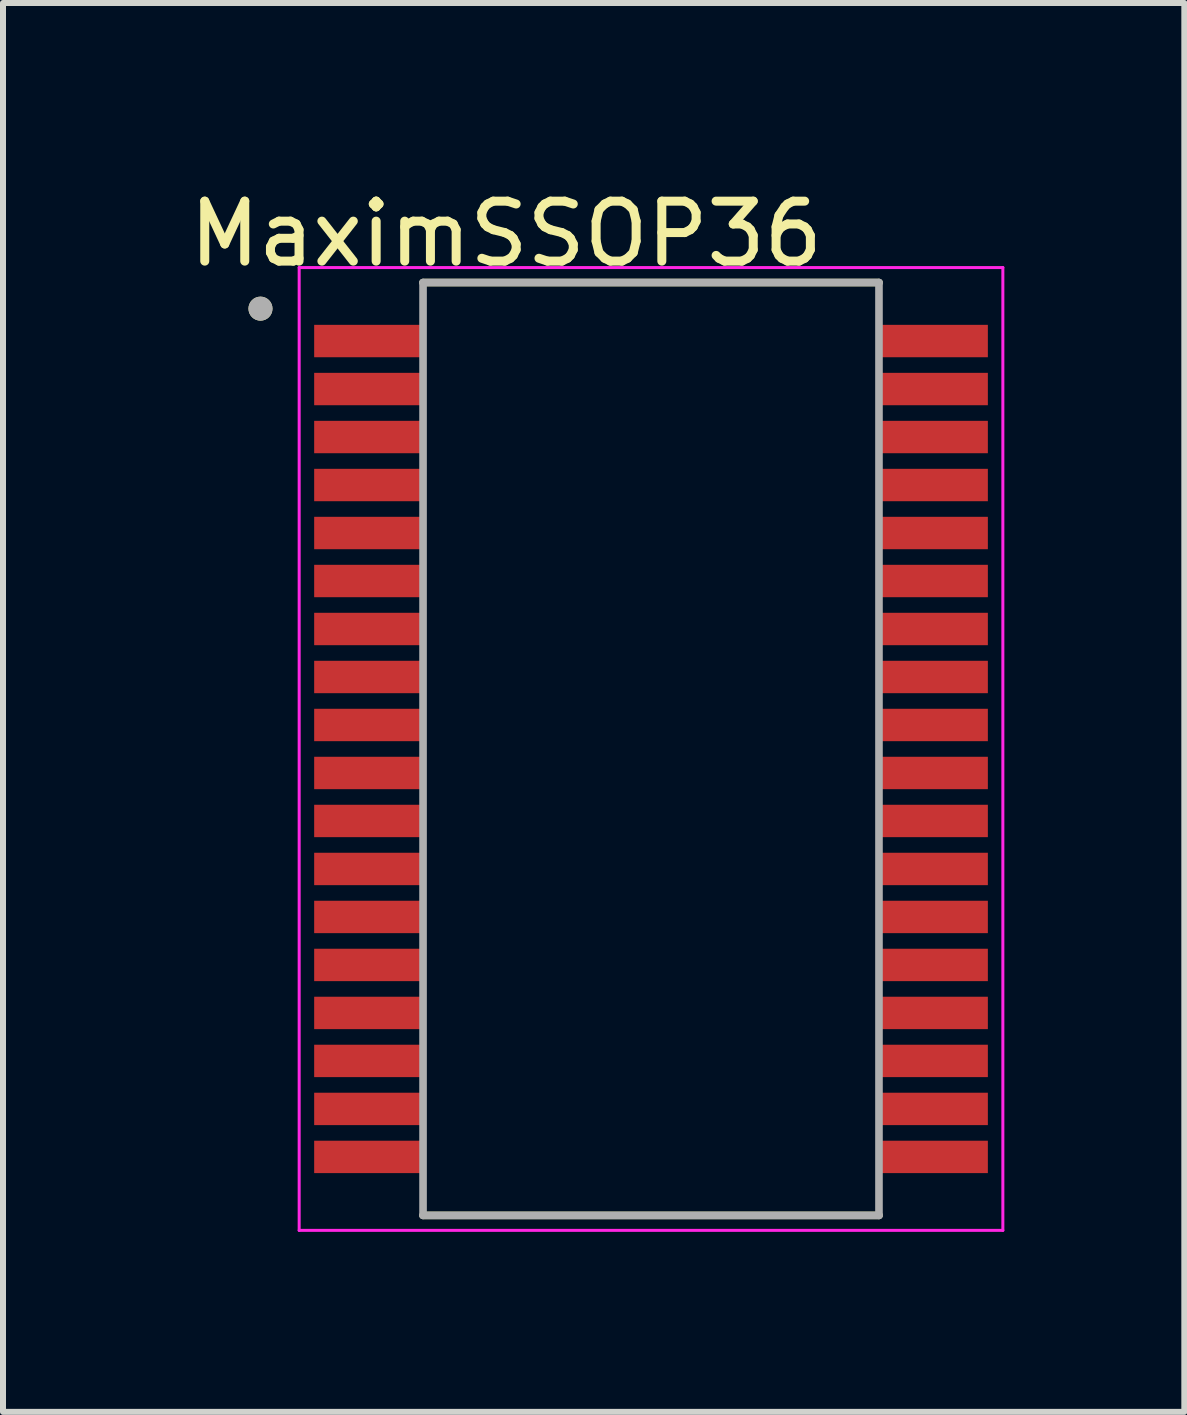
<source format=kicad_pcb>
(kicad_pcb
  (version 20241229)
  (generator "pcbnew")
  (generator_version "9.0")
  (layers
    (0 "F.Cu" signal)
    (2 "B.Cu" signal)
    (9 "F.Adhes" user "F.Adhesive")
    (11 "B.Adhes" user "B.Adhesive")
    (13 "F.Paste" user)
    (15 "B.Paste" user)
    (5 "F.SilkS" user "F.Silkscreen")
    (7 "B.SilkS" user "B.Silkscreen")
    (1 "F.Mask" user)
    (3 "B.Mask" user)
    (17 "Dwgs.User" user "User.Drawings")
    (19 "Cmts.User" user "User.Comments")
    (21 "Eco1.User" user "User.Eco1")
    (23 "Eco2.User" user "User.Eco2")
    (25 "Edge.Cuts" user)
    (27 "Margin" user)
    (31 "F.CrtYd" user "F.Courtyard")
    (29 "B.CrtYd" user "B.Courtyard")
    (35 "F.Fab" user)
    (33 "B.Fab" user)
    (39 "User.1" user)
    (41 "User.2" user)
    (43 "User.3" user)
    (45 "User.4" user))
  (footprint "MaximSSOP36"
    (layer "F.Cu")
    (at 7.802 9.435)
    (property "Reference" "MaximSSOP36" (at -2.415 -8.587 0) (layer "F.SilkS") (effects (font (size 1 1) (thickness 0.15))))
    (attr through_hole)
    (fp_line (start -3.8 -7.775) (end 3.8 -7.775) (stroke (width 0.127) (type solid)) (layer "F.SilkS"))
    (fp_line (start -3.8 7.775) (end 3.8 7.775) (stroke (width 0.127) (type solid)) (layer "F.SilkS"))
    (fp_circle (center -6.51 -7.34) (end -6.41 -7.34) (stroke (width 0.2) (type solid)) (fill no) (layer "F.SilkS"))
    (fp_line (start -5.865 -8.025) (end -5.865 8.025) (stroke (width 0.05) (type solid)) (layer "F.CrtYd"))
    (fp_line (start -5.865 -8.025) (end 5.865 -8.025) (stroke (width 0.05) (type solid)) (layer "F.CrtYd"))
    (fp_line (start -5.865 8.025) (end 5.865 8.025) (stroke (width 0.05) (type solid)) (layer "F.CrtYd"))
    (fp_line (start 5.865 -8.025) (end 5.865 8.025) (stroke (width 0.05) (type solid)) (layer "F.CrtYd"))
    (fp_line (start -3.8 -7.775) (end -3.8 7.775) (stroke (width 0.127) (type solid)) (layer "F.Fab"))
    (fp_line (start -3.8 -7.775) (end 3.8 -7.775) (stroke (width 0.127) (type solid)) (layer "F.Fab"))
    (fp_line (start -3.8 7.775) (end 3.8 7.775) (stroke (width 0.127) (type solid)) (layer "F.Fab"))
    (fp_line (start 3.8 -7.775) (end 3.8 7.775) (stroke (width 0.127) (type solid)) (layer "F.Fab"))
    (fp_circle (center -6.51 -7.34) (end -6.41 -7.34) (stroke (width 0.2) (type solid)) (fill no) (layer "F.Fab"))
    (pad "1" smd rect (at -4.72 -6.8) (size 1.79 0.54) (layers "F.Cu" "F.Mask" "F.Paste"))
    (pad "2" smd rect (at -4.72 -6) (size 1.79 0.54) (layers "F.Cu" "F.Mask" "F.Paste"))
    (pad "3" smd rect (at -4.72 -5.2) (size 1.79 0.54) (layers "F.Cu" "F.Mask" "F.Paste"))
    (pad "4" smd rect (at -4.72 -4.4) (size 1.79 0.54) (layers "F.Cu" "F.Mask" "F.Paste"))
    (pad "5" smd rect (at -4.72 -3.6) (size 1.79 0.54) (layers "F.Cu" "F.Mask" "F.Paste"))
    (pad "6" smd rect (at -4.72 -2.8) (size 1.79 0.54) (layers "F.Cu" "F.Mask" "F.Paste"))
    (pad "7" smd rect (at -4.72 -2) (size 1.79 0.54) (layers "F.Cu" "F.Mask" "F.Paste"))
    (pad "8" smd rect (at -4.72 -1.2) (size 1.79 0.54) (layers "F.Cu" "F.Mask" "F.Paste"))
    (pad "9" smd rect (at -4.72 -0.4) (size 1.79 0.54) (layers "F.Cu" "F.Mask" "F.Paste"))
    (pad "10" smd rect (at -4.72 0.4) (size 1.79 0.54) (layers "F.Cu" "F.Mask" "F.Paste"))
    (pad "11" smd rect (at -4.72 1.2) (size 1.79 0.54) (layers "F.Cu" "F.Mask" "F.Paste"))
    (pad "12" smd rect (at -4.72 2) (size 1.79 0.54) (layers "F.Cu" "F.Mask" "F.Paste"))
    (pad "13" smd rect (at -4.72 2.8) (size 1.79 0.54) (layers "F.Cu" "F.Mask" "F.Paste"))
    (pad "14" smd rect (at -4.72 3.6) (size 1.79 0.54) (layers "F.Cu" "F.Mask" "F.Paste"))
    (pad "15" smd rect (at -4.72 4.4) (size 1.79 0.54) (layers "F.Cu" "F.Mask" "F.Paste"))
    (pad "16" smd rect (at -4.72 5.2) (size 1.79 0.54) (layers "F.Cu" "F.Mask" "F.Paste"))
    (pad "17" smd rect (at -4.72 6) (size 1.79 0.54) (layers "F.Cu" "F.Mask" "F.Paste"))
    (pad "18" smd rect (at -4.72 6.8) (size 1.79 0.54) (layers "F.Cu" "F.Mask" "F.Paste"))
    (pad "19" smd rect (at 4.72 6.8) (size 1.79 0.54) (layers "F.Cu" "F.Mask" "F.Paste"))
    (pad "20" smd rect (at 4.72 6) (size 1.79 0.54) (layers "F.Cu" "F.Mask" "F.Paste"))
    (pad "21" smd rect (at 4.72 5.2) (size 1.79 0.54) (layers "F.Cu" "F.Mask" "F.Paste"))
    (pad "22" smd rect (at 4.72 4.4) (size 1.79 0.54) (layers "F.Cu" "F.Mask" "F.Paste"))
    (pad "23" smd rect (at 4.72 3.6) (size 1.79 0.54) (layers "F.Cu" "F.Mask" "F.Paste"))
    (pad "24" smd rect (at 4.72 2.8) (size 1.79 0.54) (layers "F.Cu" "F.Mask" "F.Paste"))
    (pad "25" smd rect (at 4.72 2) (size 1.79 0.54) (layers "F.Cu" "F.Mask" "F.Paste"))
    (pad "26" smd rect (at 4.72 1.2) (size 1.79 0.54) (layers "F.Cu" "F.Mask" "F.Paste"))
    (pad "27" smd rect (at 4.72 0.4) (size 1.79 0.54) (layers "F.Cu" "F.Mask" "F.Paste"))
    (pad "28" smd rect (at 4.72 -0.4) (size 1.79 0.54) (layers "F.Cu" "F.Mask" "F.Paste"))
    (pad "29" smd rect (at 4.72 -1.2) (size 1.79 0.54) (layers "F.Cu" "F.Mask" "F.Paste"))
    (pad "30" smd rect (at 4.72 -2) (size 1.79 0.54) (layers "F.Cu" "F.Mask" "F.Paste"))
    (pad "31" smd rect (at 4.72 -2.8) (size 1.79 0.54) (layers "F.Cu" "F.Mask" "F.Paste"))
    (pad "32" smd rect (at 4.72 -3.6) (size 1.79 0.54) (layers "F.Cu" "F.Mask" "F.Paste"))
    (pad "33" smd rect (at 4.72 -4.4) (size 1.79 0.54) (layers "F.Cu" "F.Mask" "F.Paste"))
    (pad "34" smd rect (at 4.72 -5.2) (size 1.79 0.54) (layers "F.Cu" "F.Mask" "F.Paste"))
    (pad "35" smd rect (at 4.72 -6) (size 1.79 0.54) (layers "F.Cu" "F.Mask" "F.Paste"))
    (pad "36" smd rect (at 4.72 -6.8) (size 1.79 0.54) (layers "F.Cu" "F.Mask" "F.Paste")))
  (gr_rect
    (start -3 -3)
    (end 16.692 20.485)
    (stroke (width 0.1) (type default))
    (fill no)
    (layer "Edge.Cuts")))
</source>
